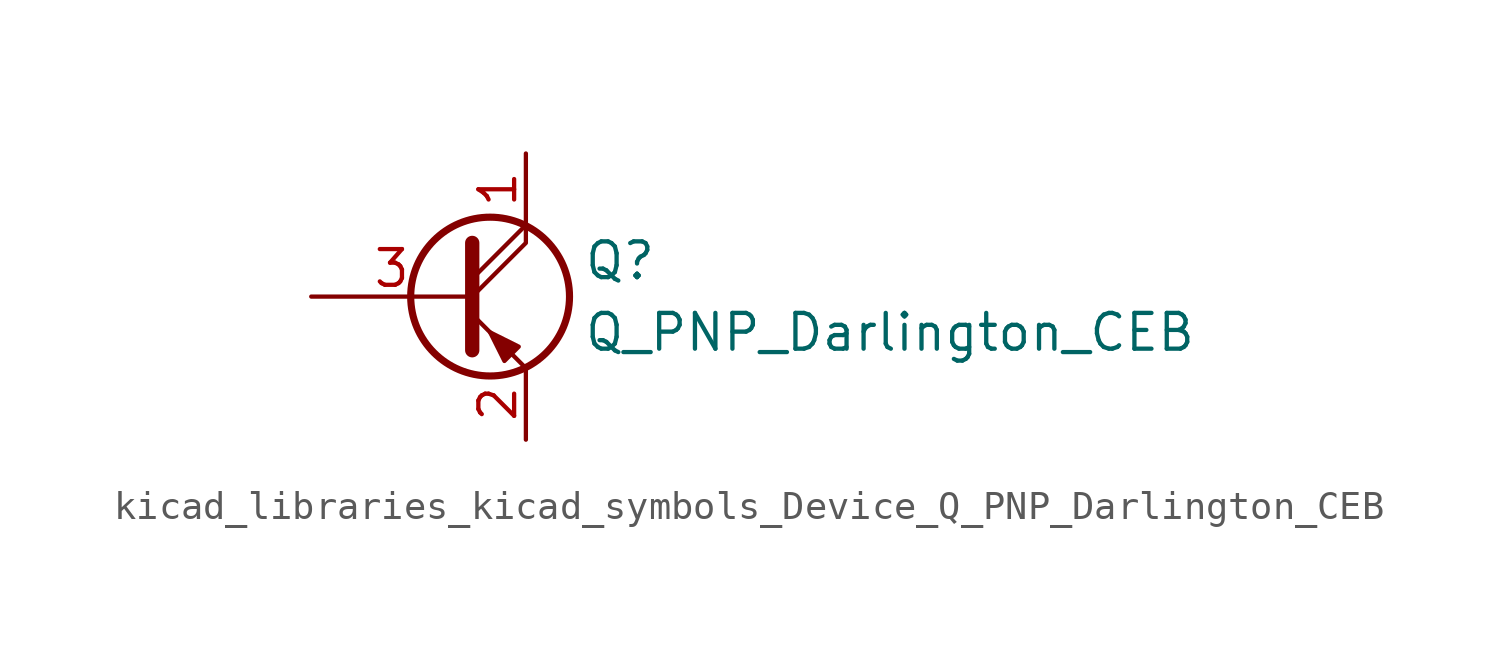
<source format=kicad_sym>
(kicad_symbol_lib
  (version 20220914)
  (generator kicad_symbol_editor)
  (symbol "kicad_libraries_kicad_symbols_Device_Q_PNP_Darlington_CEB"
    (pin_names
      (offset 0) hide)
    (property "Reference" "Q"
      (at 4.572 1.27 0)
      (effects (font (size 1.27 1.27)) (justify left)))
    (property "Value" "Q_PNP_Darlington_CEB"
      (at 4.572 -1.27 0)
      (effects (font (size 1.27 1.27)) (justify left)))
    (symbol "kicad_libraries_kicad_symbols_Device_Q_PNP_Darlington_CEB_0_1"
      (polyline (pts (xy 0.635 0.635) (xy 2.54 2.54)) (stroke (width 0) (type default)) (fill (type none)))
      (polyline (pts (xy 0.635 -0.635) (xy 2.54 -2.54) (xy 2.54 -2.54)) (stroke (width 0) (type default)) (fill (type none)))
      (polyline (pts (xy 0.635 0) (xy 2.54 1.905) (xy 2.54 2.54)) (stroke (width 0) (type default)) (fill (type none)))
      (polyline (pts (xy 0.635 1.905) (xy 0.635 -1.905) (xy 0.635 -1.905)) (stroke (width 0.508) (type default)) (fill (type none)))
      (polyline (pts (xy 2.286 -1.778) (xy 1.778 -2.286) (xy 1.27 -1.27) (xy 2.286 -1.778) (xy 2.286 -1.778)) (stroke (width 0) (type default)) (fill (type outline)))
      (circle (center 1.27 0) (radius 2.819) (stroke (width 0.254) (type default)) (fill (type none))))
    (symbol "kicad_libraries_kicad_symbols_Device_Q_PNP_Darlington_CEB_1_1"
      (pin passive line (at 2.54 5.08 270) (length 2.54) (name "C" (effects (font (size 1.27 1.27)))) (number "1" (effects (font (size 1.27 1.27)))))
      (pin passive line (at 2.54 -5.08 90) (length 2.54) (name "E" (effects (font (size 1.27 1.27)))) (number "2" (effects (font (size 1.27 1.27)))))
      (pin input line (at -5.08 0 0) (length 5.715) (name "B" (effects (font (size 1.27 1.27)))) (number "3" (effects (font (size 1.27 1.27))))))))
</source>
